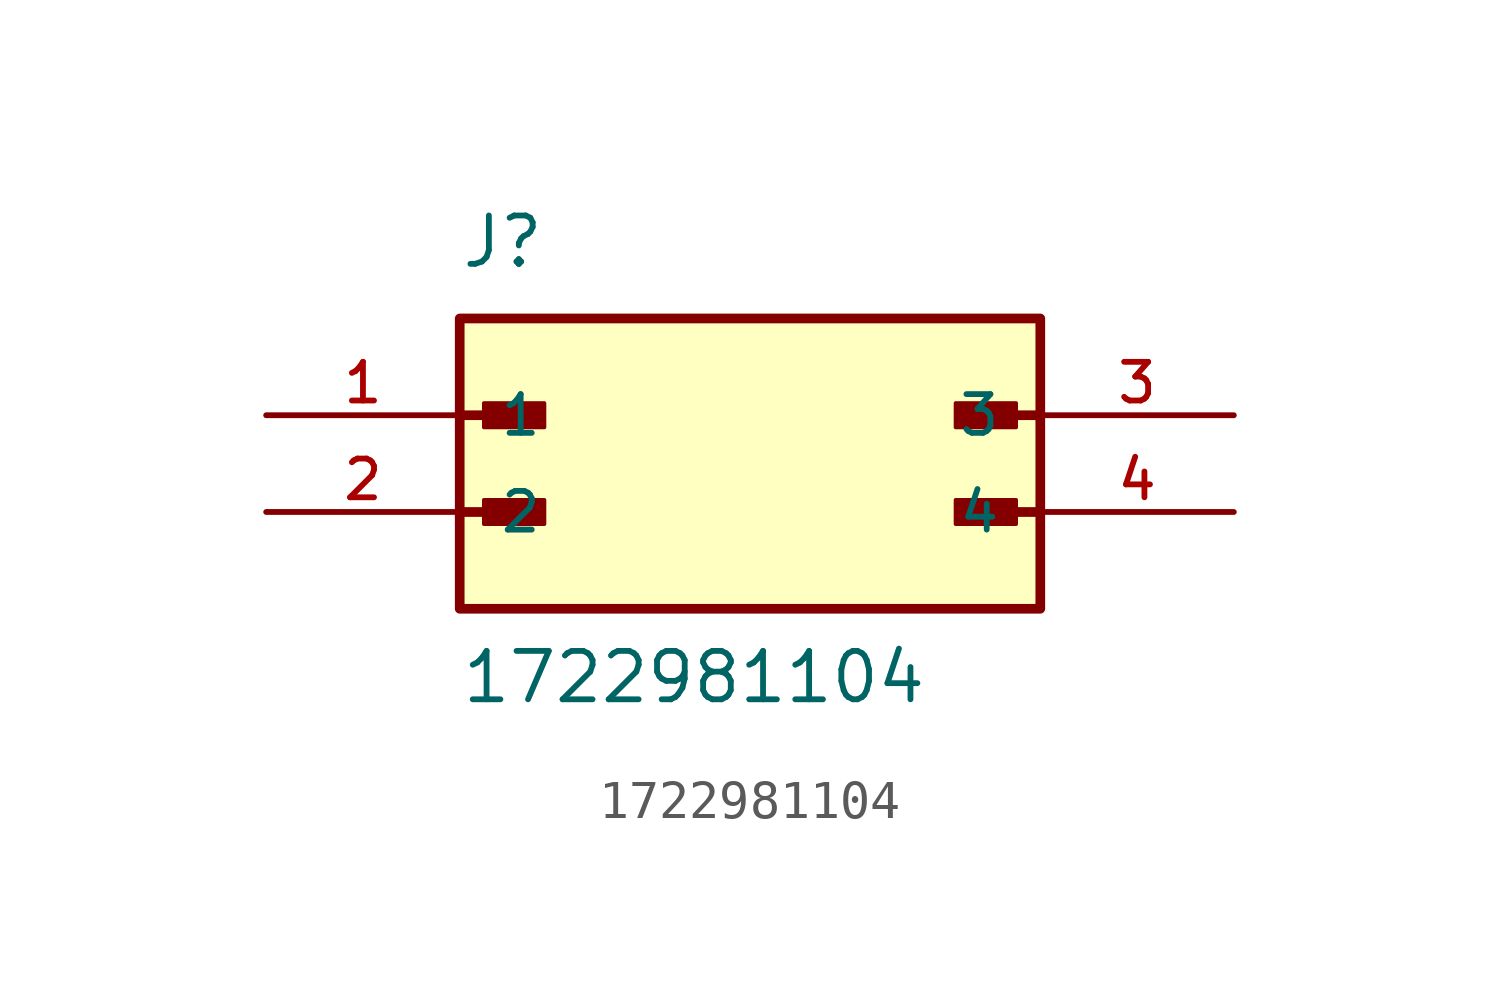
<source format=kicad_sym>
(kicad_symbol_lib
  (version 20211014)
  (generator kicad_symbol_editor)
  (symbol "1722981104"
    (pin_names
      (offset 1.016))
    (property "Reference" "J"
      (at -7.62 3.81 0)
      (effects (font (size 1.27 1.27)) (justify bottom left)))
    (property "Value" "1722981104"
      (at -7.62 -7.62 0)
      (effects (font (size 1.27 1.27)) (justify bottom left)))
    (symbol "1722981104_0_0"
      (polyline (pts (xy -7.62 0.0) (xy -5.715 0.0)) (stroke (width 0.254)))
      (rectangle (start -6.985 -0.318) (end -5.397 0.318) (stroke (width 0.1)) (fill (type outline)))
      (polyline (pts (xy -7.62 -2.54) (xy -5.715 -2.54)) (stroke (width 0.254)))
      (rectangle (start -6.985 -2.857) (end -5.397 -2.223) (stroke (width 0.1)) (fill (type outline)))
      (polyline (pts (xy 7.62 0.0) (xy 5.715 0.0)) (stroke (width 0.254)))
      (rectangle (start 5.397 -0.318) (end 6.985 0.318) (stroke (width 0.1)) (fill (type outline)))
      (polyline (pts (xy 7.62 -2.54) (xy 5.715 -2.54)) (stroke (width 0.254)))
      (rectangle (start 5.397 -2.857) (end 6.985 -2.223) (stroke (width 0.1)) (fill (type outline)))
      (rectangle (start -7.62 -5.08) (end 7.62 2.54) (stroke (width 0.254)) (fill (type background)))
      (pin passive line (at -12.7 0.0 0) (length 5.08) (name "1" (effects (font (size 1.016 1.016)))) (number "1" (effects (font (size 1.016 1.016)))))
      (pin passive line (at -12.7 -2.54 0) (length 5.08) (name "2" (effects (font (size 1.016 1.016)))) (number "2" (effects (font (size 1.016 1.016)))))
      (pin passive line (at 12.7 0.0 180.0) (length 5.08) (name "3" (effects (font (size 1.016 1.016)))) (number "3" (effects (font (size 1.016 1.016)))))
      (pin passive line (at 12.7 -2.54 180.0) (length 5.08) (name "4" (effects (font (size 1.016 1.016)))) (number "4" (effects (font (size 1.016 1.016))))))))
</source>
